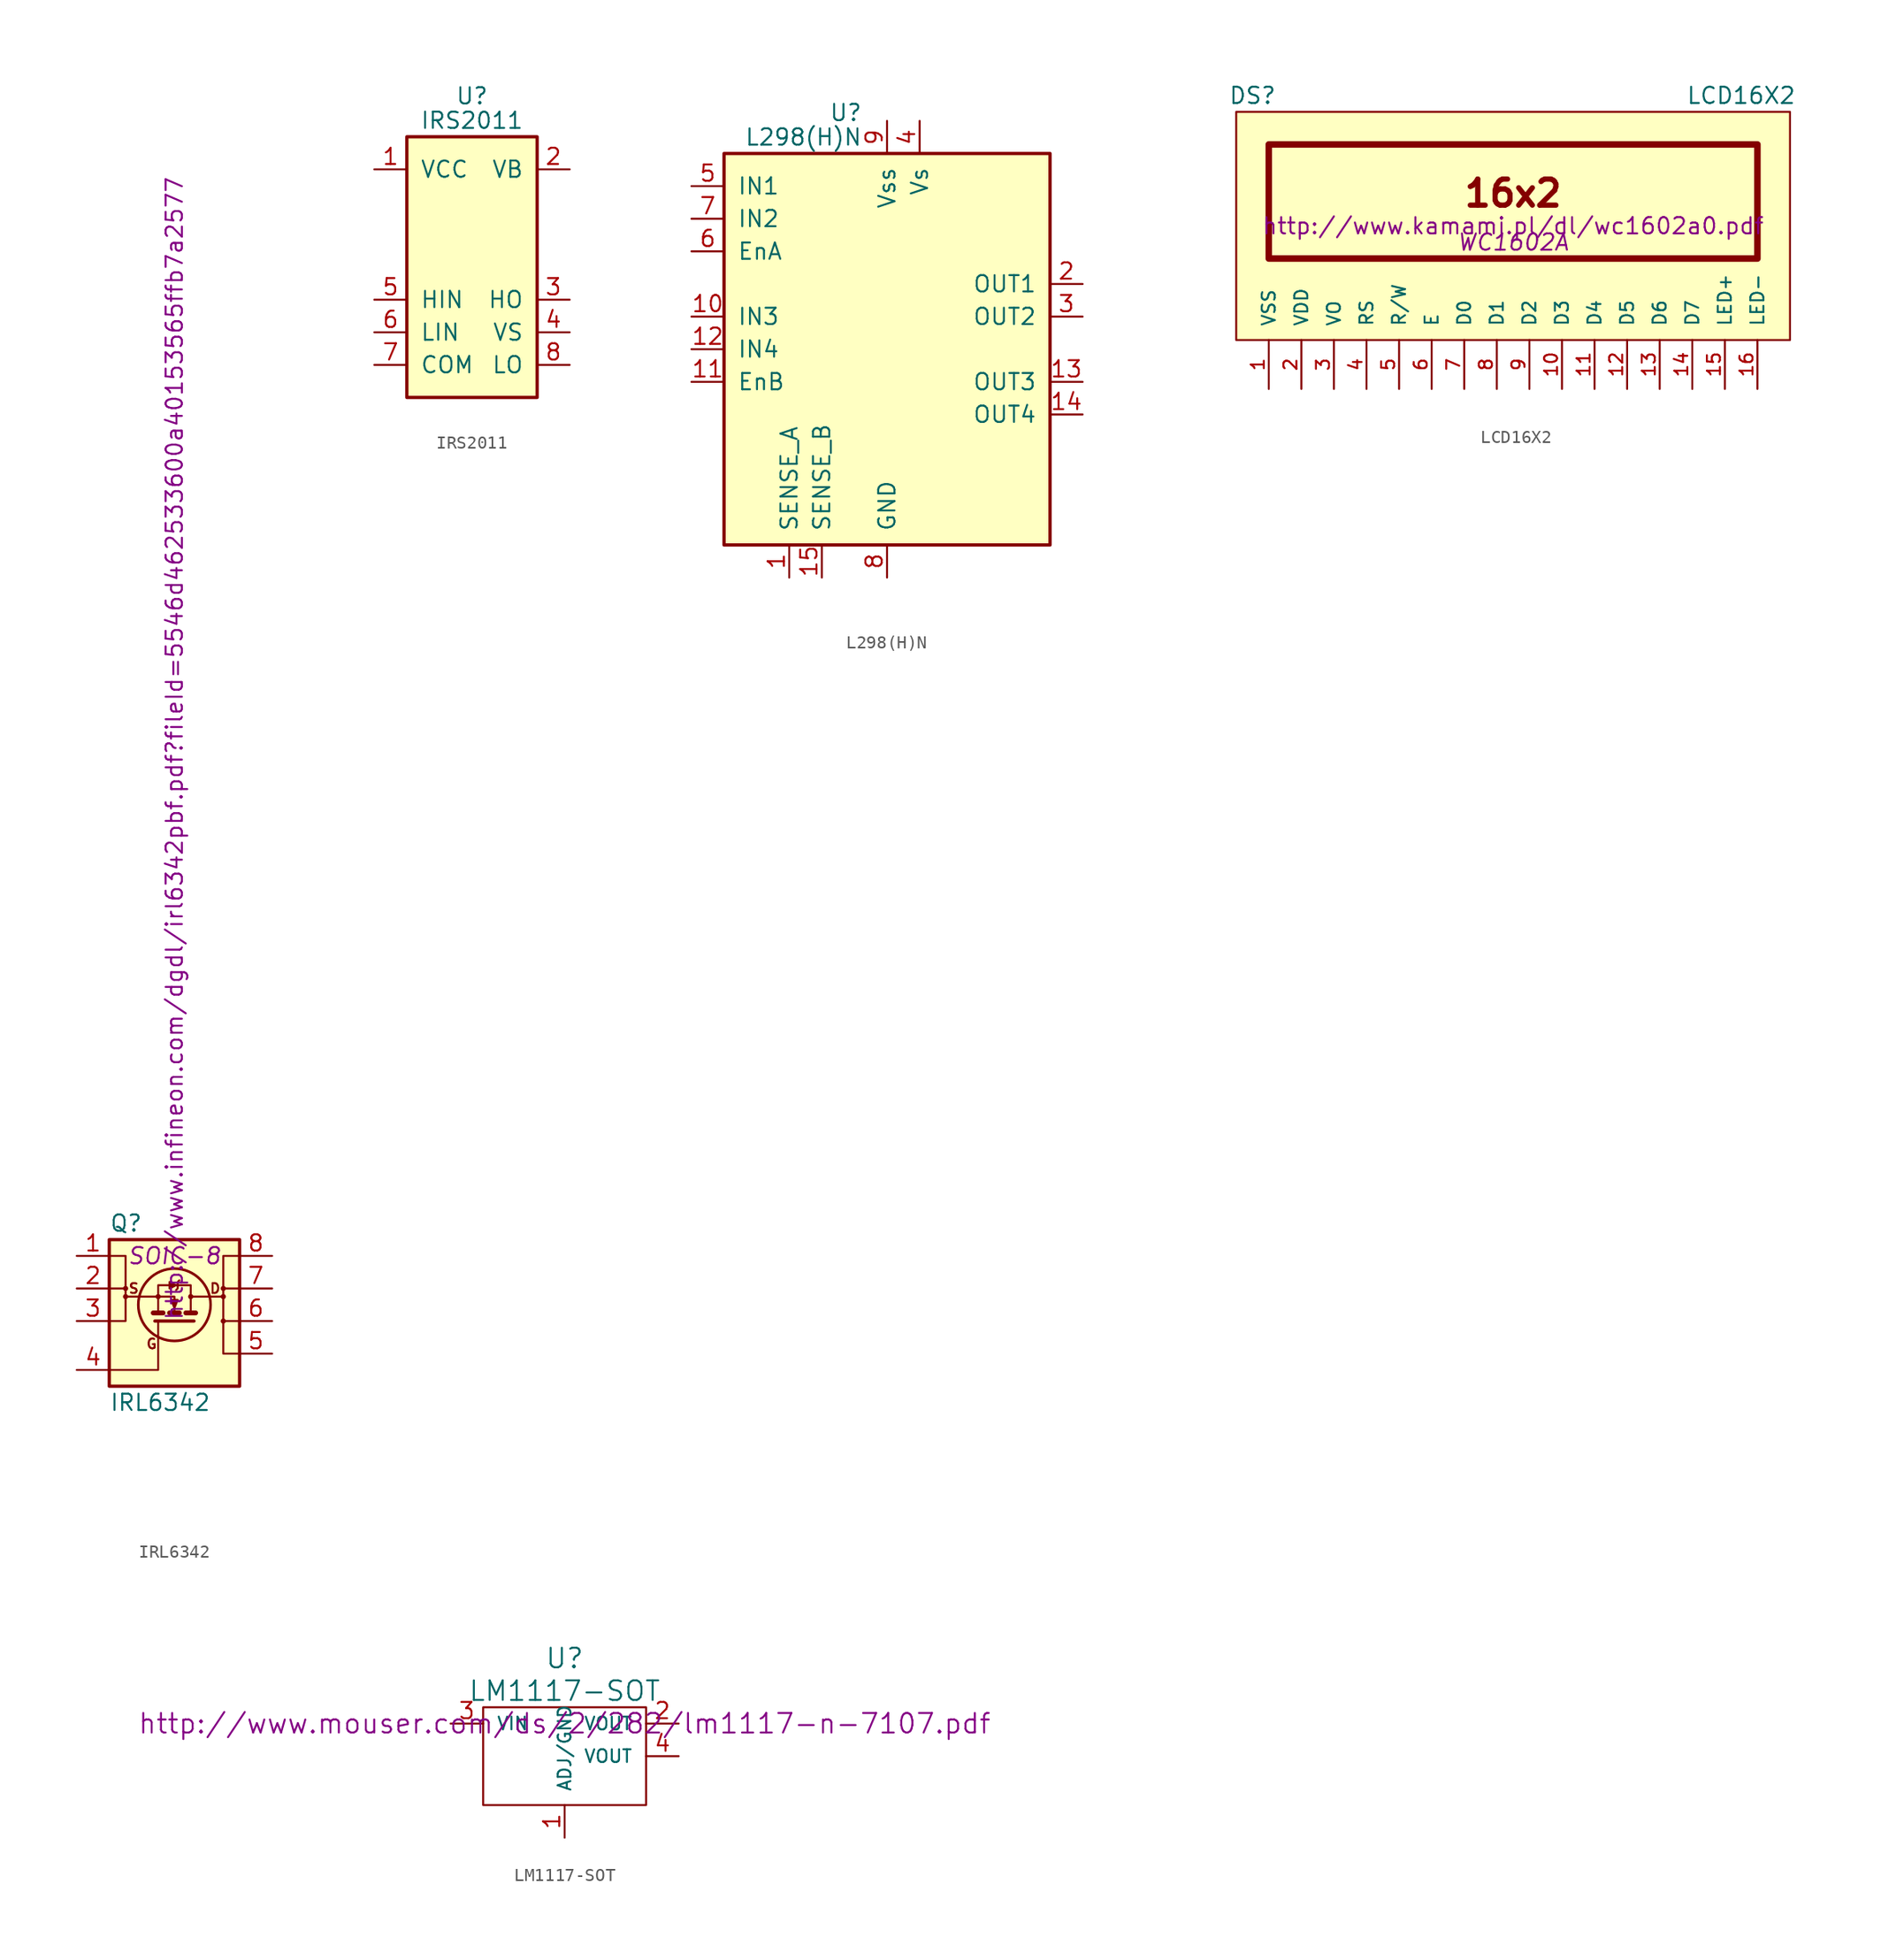
<source format=kicad_sym>
(kicad_symbol_lib
  (version 20211014)
  (generator kicad_symbol_editor)
  (symbol "IRL6342"
    (pin_names
      (offset 0) hide)
    (property "Reference" "Q"
      (at -5.08 7.62 0)
      (effects (font (size 1.27 1.27)) (justify left)))
    (property "Value" "IRL6342"
      (at -5.08 -6.35 0)
      (effects (font (size 1.27 1.27)) (justify left)))
    (property "Footprint" "SOIC-8"
      (at 0 5.08 0)
      (effects (font (size 1.27 1.27) italic)))
    (property "Datasheet" "http://www.infineon.com/dgdl/irl6342pbf.pdf?fileId=5546d462533600a40153565ffb7a2577"
      (at 0 0 90)
      (effects (font (size 1.27 1.27)) (justify left)))
    (symbol "IRL6342_0_0"
      (circle (center -3.81 1.905) (radius 0.127) (stroke (width 0) (type default) (color 0 0 0 0)) (fill (type none)))
      (circle (center -1.27 1.905) (radius 0.127) (stroke (width 0) (type default) (color 0 0 0 0)) (fill (type none)))
      (polyline (pts (xy -5.08 2.54) (xy -3.81 2.54)) (stroke (width 0) (type default) (color 0 0 0 0)) (fill (type none)))
      (polyline (pts (xy -1.27 1.905) (xy -3.81 1.905)) (stroke (width 0) (type default) (color 0 0 0 0)) (fill (type none)))
      (polyline (pts (xy 5.08 2.54) (xy 3.81 2.54)) (stroke (width 0) (type default) (color 0 0 0 0)) (fill (type none)))
      (polyline (pts (xy -1.27 0.635) (xy -1.27 2.794) (xy 1.27 2.794) (xy 1.27 0.635)) (stroke (width 0) (type default) (color 0 0 0 0)) (fill (type none)))
      (polyline (pts (xy 0.127 2.794) (xy -0.381 3.048) (xy -0.381 2.54) (xy 0.127 2.794)) (stroke (width 0) (type default) (color 0 0 0 0)) (fill (type outline)))
      (polyline (pts (xy 0.381 3.175) (xy 0.254 3.048) (xy 0.254 2.54) (xy 0.127 2.413)) (stroke (width 0) (type default) (color 0 0 0 0)) (fill (type none)))
      (circle (center 1.27 1.905) (radius 0.127) (stroke (width 0) (type default) (color 0 0 0 0)) (fill (type none)))
      (circle (center 3.81 1.905) (radius 0.127) (stroke (width 0) (type default) (color 0 0 0 0)) (fill (type none)))
      (text "D" (at 3.175 2.54 0) (effects (font (size 0.762 0.762))))
      (text "G" (at -1.778 -1.778 0) (effects (font (size 0.762 0.762))))
      (text "S" (at -3.175 2.54 0) (effects (font (size 0.762 0.762)))))
    (symbol "IRL6342_0_1"
      (rectangle (start -5.08 6.35) (end 5.08 -5.08) (stroke (width 0.254) (type default) (color 0 0 0 0)) (fill (type background)))
      (circle (center -3.81 2.54) (radius 0.127) (stroke (width 0) (type default) (color 0 0 0 0)) (fill (type none)))
      (polyline (pts (xy -1.651 0.635) (xy -0.889 0.635)) (stroke (width 0.381) (type default) (color 0 0 0 0)) (fill (type none)))
      (polyline (pts (xy -0.381 0.635) (xy 0.381 0.635)) (stroke (width 0.381) (type default) (color 0 0 0 0)) (fill (type none)))
      (polyline (pts (xy 0.889 0.635) (xy 1.651 0.635)) (stroke (width 0.381) (type default) (color 0 0 0 0)) (fill (type none)))
      (polyline (pts (xy 1.27 1.905) (xy 3.81 1.905)) (stroke (width 0) (type default) (color 0 0 0 0)) (fill (type none)))
      (polyline (pts (xy 5.08 0) (xy 3.81 0)) (stroke (width 0) (type default) (color 0 0 0 0)) (fill (type none)))
      (polyline (pts (xy -1.524 0) (xy 1.524 0) (xy 1.524 0)) (stroke (width 0.254) (type default) (color 0 0 0 0)) (fill (type none)))
      (polyline (pts (xy -1.27 0) (xy -1.27 -3.81) (xy -5.08 -3.81)) (stroke (width 0) (type default) (color 0 0 0 0)) (fill (type none)))
      (polyline (pts (xy 0 0.635) (xy 0 1.905) (xy -1.27 1.905)) (stroke (width 0) (type default) (color 0 0 0 0)) (fill (type none)))
      (polyline (pts (xy -5.08 0) (xy -3.81 0) (xy -3.81 5.08) (xy -5.08 5.08)) (stroke (width 0) (type default) (color 0 0 0 0)) (fill (type none)))
      (polyline (pts (xy -0.254 1.651) (xy 0.254 1.651) (xy 0 1.016) (xy -0.254 1.651)) (stroke (width 0) (type default) (color 0 0 0 0)) (fill (type outline)))
      (polyline (pts (xy 5.08 5.08) (xy 3.81 5.08) (xy 3.81 -2.54) (xy 5.08 -2.54)) (stroke (width 0) (type default) (color 0 0 0 0)) (fill (type none)))
      (circle (center 0 1.27) (radius 2.819) (stroke (width 0.203) (type default) (color 0 0 0 0)) (fill (type none)))
      (circle (center 3.81 0) (radius 0.127) (stroke (width 0) (type default) (color 0 0 0 0)) (fill (type none)))
      (circle (center 3.81 2.54) (radius 0.127) (stroke (width 0) (type default) (color 0 0 0 0)) (fill (type none))))
    (symbol "IRL6342_1_1"
      (pin passive line (at -7.62 5.08 0) (length 2.54) (name "S" (effects (font (size 1.27 1.27)))) (number "1" (effects (font (size 1.27 1.27)))))
      (pin passive line (at -7.62 2.54 0) (length 2.54) (name "S" (effects (font (size 1.27 1.27)))) (number "2" (effects (font (size 1.27 1.27)))))
      (pin passive line (at -7.62 0 0) (length 2.54) (name "S" (effects (font (size 1.27 1.27)))) (number "3" (effects (font (size 1.27 1.27)))))
      (pin passive line (at -7.62 -3.81 0) (length 2.54) (name "G" (effects (font (size 1.27 1.27)))) (number "4" (effects (font (size 1.27 1.27)))))
      (pin passive line (at 7.62 -2.54 180) (length 2.54) (name "D" (effects (font (size 1.27 1.27)))) (number "5" (effects (font (size 1.27 1.27)))))
      (pin passive line (at 7.62 0 180) (length 2.54) (name "D" (effects (font (size 1.27 1.27)))) (number "6" (effects (font (size 1.27 1.27)))))
      (pin passive line (at 7.62 2.54 180) (length 2.54) (name "D" (effects (font (size 1.27 1.27)))) (number "7" (effects (font (size 1.27 1.27)))))
      (pin passive line (at 7.62 5.08 180) (length 2.54) (name "D" (effects (font (size 1.27 1.27)))) (number "8" (effects (font (size 1.27 1.27)))))))
  (symbol "IRS2011"
    (pin_names
      (offset 1.016))
    (property "Reference" "U"
      (at 0 13.335 0)
      (effects (font (size 1.27 1.27))))
    (property "Value" "IRS2011"
      (at 0 11.43 0)
      (effects (font (size 1.27 1.27))))
    (symbol "IRS2011_0_1"
      (rectangle (start -5.08 -10.16) (end 5.08 10.16) (stroke (width 0.254) (type default) (color 0 0 0 0)) (fill (type background))))
    (symbol "IRS2011_1_1"
      (pin power_in line (at -7.62 7.62 0) (length 2.54) (name "VCC" (effects (font (size 1.27 1.27)))) (number "1" (effects (font (size 1.27 1.27)))))
      (pin passive line (at 7.62 7.62 180) (length 2.54) (name "VB" (effects (font (size 1.27 1.27)))) (number "2" (effects (font (size 1.27 1.27)))))
      (pin output line (at 7.62 -2.54 180) (length 2.54) (name "HO" (effects (font (size 1.27 1.27)))) (number "3" (effects (font (size 1.27 1.27)))))
      (pin passive line (at 7.62 -5.08 180) (length 2.54) (name "VS" (effects (font (size 1.27 1.27)))) (number "4" (effects (font (size 1.27 1.27)))))
      (pin input line (at -7.62 -2.54 0) (length 2.54) (name "HIN" (effects (font (size 1.27 1.27)))) (number "5" (effects (font (size 1.27 1.27)))))
      (pin input line (at -7.62 -5.08 0) (length 2.54) (name "LIN" (effects (font (size 1.27 1.27)))) (number "6" (effects (font (size 1.27 1.27)))))
      (pin power_in line (at -7.62 -7.62 0) (length 2.54) (name "COM" (effects (font (size 1.27 1.27)))) (number "7" (effects (font (size 1.27 1.27)))))
      (pin output line (at 7.62 -7.62 180) (length 2.54) (name "LO" (effects (font (size 1.27 1.27)))) (number "8" (effects (font (size 1.27 1.27)))))))
  (symbol "L298(H)N"
    (pin_names
      (offset 1.016))
    (property "Reference" "U"
      (at -1.905 18.415 0)
      (effects (font (size 1.27 1.27)) (justify right)))
    (property "Value" "L298(H)N"
      (at -1.905 16.51 0)
      (effects (font (size 1.27 1.27)) (justify right)))
    (symbol "L298(H)N_0_1"
      (rectangle (start -12.7 15.24) (end 12.7 -15.24) (stroke (width 0.254) (type default) (color 0 0 0 0)) (fill (type background))))
    (symbol "L298(H)N_1_1"
      (pin power_in line (at -7.62 -17.78 90) (length 2.54) (name "SENSE_A" (effects (font (size 1.27 1.27)))) (number "1" (effects (font (size 1.27 1.27)))))
      (pin input line (at -15.24 2.54 0) (length 2.54) (name "IN3" (effects (font (size 1.27 1.27)))) (number "10" (effects (font (size 1.27 1.27)))))
      (pin input line (at -15.24 -2.54 0) (length 2.54) (name "EnB" (effects (font (size 1.27 1.27)))) (number "11" (effects (font (size 1.27 1.27)))))
      (pin input line (at -15.24 0 0) (length 2.54) (name "IN4" (effects (font (size 1.27 1.27)))) (number "12" (effects (font (size 1.27 1.27)))))
      (pin output line (at 15.24 -2.54 180) (length 2.54) (name "OUT3" (effects (font (size 1.27 1.27)))) (number "13" (effects (font (size 1.27 1.27)))))
      (pin output line (at 15.24 -5.08 180) (length 2.54) (name "OUT4" (effects (font (size 1.27 1.27)))) (number "14" (effects (font (size 1.27 1.27)))))
      (pin power_in line (at -5.08 -17.78 90) (length 2.54) (name "SENSE_B" (effects (font (size 1.27 1.27)))) (number "15" (effects (font (size 1.27 1.27)))))
      (pin output line (at 15.24 5.08 180) (length 2.54) (name "OUT1" (effects (font (size 1.27 1.27)))) (number "2" (effects (font (size 1.27 1.27)))))
      (pin output line (at 15.24 2.54 180) (length 2.54) (name "OUT2" (effects (font (size 1.27 1.27)))) (number "3" (effects (font (size 1.27 1.27)))))
      (pin power_in line (at 2.54 17.78 270) (length 2.54) (name "Vs" (effects (font (size 1.27 1.27)))) (number "4" (effects (font (size 1.27 1.27)))))
      (pin input line (at -15.24 12.7 0) (length 2.54) (name "IN1" (effects (font (size 1.27 1.27)))) (number "5" (effects (font (size 1.27 1.27)))))
      (pin input line (at -15.24 7.62 0) (length 2.54) (name "EnA" (effects (font (size 1.27 1.27)))) (number "6" (effects (font (size 1.27 1.27)))))
      (pin input line (at -15.24 10.16 0) (length 2.54) (name "IN2" (effects (font (size 1.27 1.27)))) (number "7" (effects (font (size 1.27 1.27)))))
      (pin power_in line (at 0 -17.78 90) (length 2.54) (name "GND" (effects (font (size 1.27 1.27)))) (number "8" (effects (font (size 1.27 1.27)))))
      (pin power_in line (at 0 17.78 270) (length 2.54) (name "Vss" (effects (font (size 1.27 1.27)))) (number "9" (effects (font (size 1.27 1.27)))))))
  (symbol "LCD16X2"
    (pin_names
      (offset 1.016))
    (property "Reference" "DS"
      (at -20.32 10.16 0)
      (effects (font (size 1.27 1.27))))
    (property "Value" "LCD16X2"
      (at 17.78 10.16 0)
      (effects (font (size 1.27 1.27))))
    (property "Footprint" "WC1602A"
      (at 0 -1.27 0)
      (effects (font (size 1.27 1.27) italic)))
    (property "Datasheet" "http://www.kamami.pl/dl/wc1602a0.pdf"
      (at 0 0 0)
      (effects (font (size 1.27 1.27))))
    (symbol "LCD16X2_0_0"
      (text "16x2" (at 0 2.54 0) (effects (font (size 2.032 2.032) bold))))
    (symbol "LCD16X2_0_1"
      (rectangle (start -21.59 8.89) (end 21.59 -8.89) (stroke (width 0) (type default) (color 0 0 0 0)) (fill (type background)))
      (rectangle (start -19.05 6.35) (end 19.05 -2.54) (stroke (width 0.508) (type default) (color 0 0 0 0)) (fill (type none))))
    (symbol "LCD16X2_1_1"
      (pin power_in line (at -19.05 -12.7 90) (length 3.81) (name "VSS" (effects (font (size 1.016 1.016)))) (number "1" (effects (font (size 1.016 1.016)))))
      (pin input line (at 3.81 -12.7 90) (length 3.81) (name "D3" (effects (font (size 1.016 1.016)))) (number "10" (effects (font (size 1.016 1.016)))))
      (pin input line (at 6.35 -12.7 90) (length 3.81) (name "D4" (effects (font (size 1.016 1.016)))) (number "11" (effects (font (size 1.016 1.016)))))
      (pin input line (at 8.89 -12.7 90) (length 3.81) (name "D5" (effects (font (size 1.016 1.016)))) (number "12" (effects (font (size 1.016 1.016)))))
      (pin input line (at 11.43 -12.7 90) (length 3.81) (name "D6" (effects (font (size 1.016 1.016)))) (number "13" (effects (font (size 1.016 1.016)))))
      (pin input line (at 13.97 -12.7 90) (length 3.81) (name "D7" (effects (font (size 1.016 1.016)))) (number "14" (effects (font (size 1.016 1.016)))))
      (pin passive line (at 16.51 -12.7 90) (length 3.81) (name "LED+" (effects (font (size 1.016 1.016)))) (number "15" (effects (font (size 1.016 1.016)))))
      (pin passive line (at 19.05 -12.7 90) (length 3.81) (name "LED-" (effects (font (size 1.016 1.016)))) (number "16" (effects (font (size 1.016 1.016)))))
      (pin power_in line (at -16.51 -12.7 90) (length 3.81) (name "VDD" (effects (font (size 1.016 1.016)))) (number "2" (effects (font (size 1.016 1.016)))))
      (pin input line (at -13.97 -12.7 90) (length 3.81) (name "VO" (effects (font (size 1.016 1.016)))) (number "3" (effects (font (size 1.016 1.016)))))
      (pin input line (at -11.43 -12.7 90) (length 3.81) (name "RS" (effects (font (size 1.016 1.016)))) (number "4" (effects (font (size 1.016 1.016)))))
      (pin input line (at -8.89 -12.7 90) (length 3.81) (name "R/W" (effects (font (size 1.016 1.016)))) (number "5" (effects (font (size 1.016 1.016)))))
      (pin input line (at -6.35 -12.7 90) (length 3.81) (name "E" (effects (font (size 1.016 1.016)))) (number "6" (effects (font (size 1.016 1.016)))))
      (pin input line (at -3.81 -12.7 90) (length 3.81) (name "D0" (effects (font (size 1.016 1.016)))) (number "7" (effects (font (size 1.016 1.016)))))
      (pin input line (at -1.27 -12.7 90) (length 3.81) (name "D1" (effects (font (size 1.016 1.016)))) (number "8" (effects (font (size 1.016 1.016)))))
      (pin input line (at 1.27 -12.7 90) (length 3.81) (name "D2" (effects (font (size 1.016 1.016)))) (number "9" (effects (font (size 1.016 1.016)))))))
  (symbol "LM1117-SOT"
    (pin_names
      (offset 1.016))
    (property "Reference" "U"
      (at 0 5.08 0)
      (effects (font (size 1.524 1.524))))
    (property "Value" "LM1117-SOT"
      (at 0 2.54 0)
      (effects (font (size 1.524 1.524))))
    (property "Footprint" ""
      (at 0 0 0)
      (effects (font (size 1.524 1.524))))
    (property "Datasheet" "http://www.mouser.com/ds/2/282/lm1117-n-7107.pdf"
      (at 0 0 0)
      (effects (font (size 1.524 1.524))))
    (symbol "LM1117-SOT_0_1"
      (rectangle (start -6.35 1.27) (end 6.35 -6.35) (stroke (width 0) (type default) (color 0 0 0 0)) (fill (type none))))
    (symbol "LM1117-SOT_1_1"
      (pin input line (at 0 -8.89 90) (length 2.54) (name "ADJ/GND" (effects (font (size 0.991 0.991)))) (number "1" (effects (font (size 1.27 1.27)))))
      (pin input line (at 8.89 0 180) (length 2.54) (name "VOUT" (effects (font (size 0.991 0.991)))) (number "2" (effects (font (size 1.27 1.27)))))
      (pin input line (at -8.89 0 0) (length 2.54) (name "VIN" (effects (font (size 0.991 0.991)))) (number "3" (effects (font (size 1.27 1.27)))))
      (pin input line (at 8.89 -2.54 180) (length 2.54) (name "VOUT" (effects (font (size 0.991 0.991)))) (number "4" (effects (font (size 1.27 1.27))))))))
</source>
